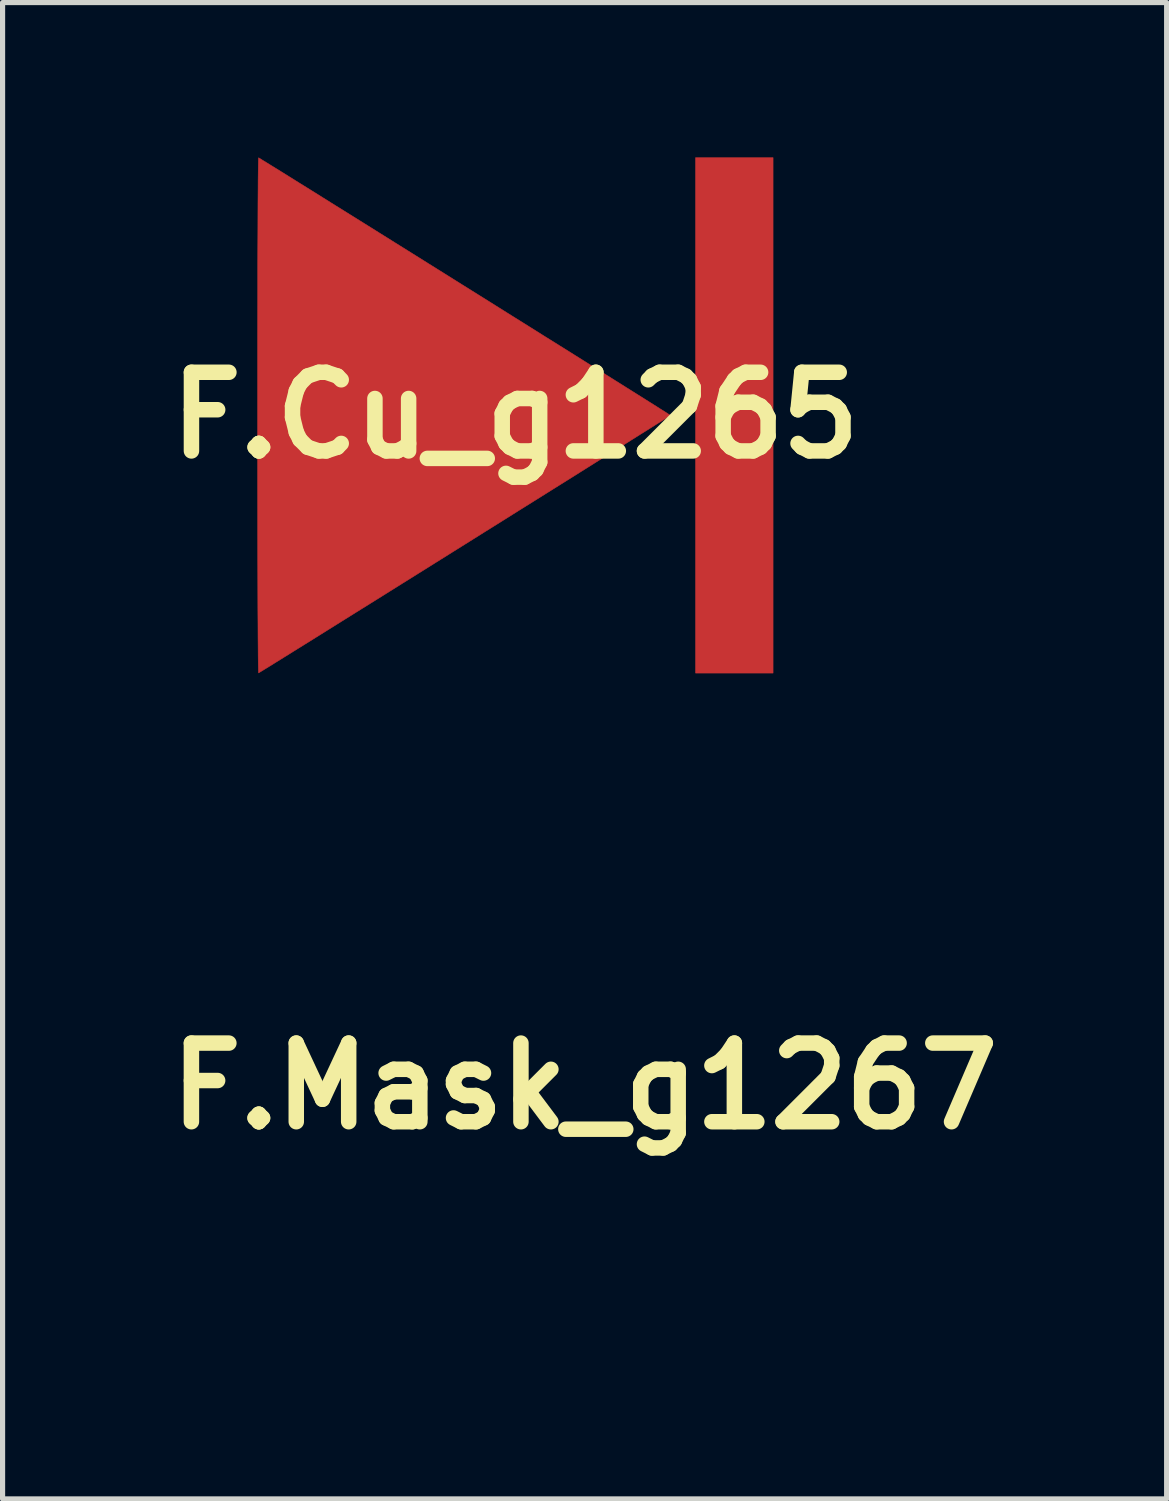
<source format=kicad_pcb>
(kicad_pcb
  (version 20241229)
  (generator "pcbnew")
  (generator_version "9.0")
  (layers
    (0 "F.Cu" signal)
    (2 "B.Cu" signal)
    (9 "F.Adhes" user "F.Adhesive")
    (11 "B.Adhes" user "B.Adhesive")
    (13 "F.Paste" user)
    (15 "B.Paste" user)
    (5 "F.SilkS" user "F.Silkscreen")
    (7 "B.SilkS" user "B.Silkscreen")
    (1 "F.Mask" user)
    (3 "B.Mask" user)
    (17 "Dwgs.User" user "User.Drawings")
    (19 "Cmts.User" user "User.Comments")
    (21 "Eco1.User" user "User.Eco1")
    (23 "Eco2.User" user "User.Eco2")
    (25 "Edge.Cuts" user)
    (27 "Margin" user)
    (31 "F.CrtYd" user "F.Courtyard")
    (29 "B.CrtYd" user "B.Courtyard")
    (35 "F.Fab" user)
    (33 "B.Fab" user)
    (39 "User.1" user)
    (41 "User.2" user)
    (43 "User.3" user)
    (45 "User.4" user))
  (footprint "F.Cu_g1265"
    (layer "F.Cu")
    (at 6.938 5)
    (property "Reference" "F.Cu_g1265" (at 0 0 0) (layer "F.SilkS") (effects (font (size 1.524 1.524) (thickness 0.3))))
    (attr through_hole)
    (fp_poly (pts (xy 4.995 4.995) (xy 3.493 4.995) (xy 3.493 -4.995) (xy 4.995 -4.995) (xy 4.995 4.995)) (stroke (width 0.01) (type solid)) (fill yes) (layer "F.Cu"))
    (fp_poly (pts (xy -4.955 -4.98) (xy -4.901 -4.946) (xy -4.814 -4.893) (xy -4.698 -4.821) (xy -4.554 -4.732) (xy -4.384 -4.626) (xy -4.19 -4.505) (xy -3.974 -4.371) (xy -3.739 -4.224) (xy -3.485 -4.065) (xy -3.215 -3.897) (xy -2.931 -3.72) (xy -2.635 -3.535) (xy -2.328 -3.343) (xy -2.014 -3.147) (xy -1.693 -2.946) (xy -1.368 -2.743) (xy -1.041 -2.538) (xy -0.713 -2.333) (xy -0.387 -2.129) (xy -0.065 -1.927) (xy 0.252 -1.729) (xy 0.561 -1.535) (xy 0.861 -1.348) (xy 1.15 -1.167) (xy 1.424 -0.995) (xy 1.684 -0.832) (xy 1.926 -0.68) (xy 2.149 -0.54) (xy 2.35 -0.414) (xy 2.528 -0.302) (xy 2.681 -0.206) (xy 2.807 -0.126) (xy 2.904 -0.065) (xy 2.969 -0.023) (xy 3.002 -0.002) (xy 3.005 0) (xy 2.987 0.012) (xy 2.936 0.045) (xy 2.852 0.098) (xy 2.738 0.17) (xy 2.597 0.259) (xy 2.429 0.364) (xy 2.237 0.485) (xy 2.023 0.619) (xy 1.789 0.766) (xy 1.537 0.924) (xy 1.268 1.093) (xy 0.986 1.27) (xy 0.69 1.455) (xy 0.385 1.646) (xy 0.071 1.842) (xy -0.249 2.043) (xy -0.574 2.246) (xy -0.901 2.451) (xy -1.229 2.656) (xy -1.555 2.86) (xy -1.878 3.062) (xy -2.195 3.26) (xy -2.505 3.454) (xy -2.806 3.642) (xy -3.095 3.822) (xy -3.372 3.995) (xy -3.633 4.158) (xy -3.876 4.31) (xy -4.101 4.45) (xy -4.304 4.576) (xy -4.485 4.689) (xy -4.64 4.785) (xy -4.768 4.865) (xy -4.868 4.926) (xy -4.936 4.968) (xy -4.971 4.989) (xy -4.976 4.992) (xy -4.978 4.972) (xy -4.98 4.91) (xy -4.982 4.809) (xy -4.984 4.668) (xy -4.985 4.49) (xy -4.987 4.275) (xy -4.988 4.024) (xy -4.99 3.739) (xy -4.991 3.42) (xy -4.992 3.069) (xy -4.993 2.687) (xy -4.994 2.275) (xy -4.994 1.834) (xy -4.995 1.366) (xy -4.995 0.87) (xy -4.995 0.349) (xy -4.995 0) (xy -4.995 -0.537) (xy -4.995 -1.049) (xy -4.995 -1.535) (xy -4.994 -1.994) (xy -4.993 -2.425) (xy -4.993 -2.826) (xy -4.992 -3.197) (xy -4.99 -3.537) (xy -4.989 -3.844) (xy -4.988 -4.117) (xy -4.986 -4.355) (xy -4.985 -4.557) (xy -4.983 -4.722) (xy -4.981 -4.849) (xy -4.979 -4.937) (xy -4.977 -4.984) (xy -4.976 -4.992) (xy -4.955 -4.98)) (stroke (width 0.01) (type solid)) (fill yes) (layer "F.Cu")))
  (footprint "F.Mask_g1267"
    (layer "F.Cu")
    (at 8.28 18.001)
    (property "Reference" "F.Mask_g1267" (at 0 0 0) (layer "F.SilkS") (effects (font (size 1.524 1.524) (thickness 0.3))))
    (attr through_hole)
    (fp_poly (pts (xy 4.995 4.995) (xy 3.493 4.995) (xy 3.493 -4.995) (xy 4.995 -4.995) (xy 4.995 4.995)) (stroke (width 0.01) (type solid)) (fill yes) (layer "F.Mask"))
    (fp_poly (pts (xy -4.955 -4.98) (xy -4.901 -4.946) (xy -4.814 -4.893) (xy -4.698 -4.821) (xy -4.554 -4.732) (xy -4.384 -4.626) (xy -4.19 -4.505) (xy -3.974 -4.371) (xy -3.739 -4.224) (xy -3.485 -4.065) (xy -3.215 -3.897) (xy -2.931 -3.72) (xy -2.635 -3.535) (xy -2.328 -3.343) (xy -2.014 -3.147) (xy -1.693 -2.946) (xy -1.368 -2.743) (xy -1.041 -2.538) (xy -0.713 -2.333) (xy -0.387 -2.129) (xy -0.065 -1.927) (xy 0.252 -1.729) (xy 0.561 -1.535) (xy 0.861 -1.348) (xy 1.15 -1.167) (xy 1.424 -0.995) (xy 1.684 -0.832) (xy 1.926 -0.68) (xy 2.149 -0.54) (xy 2.35 -0.414) (xy 2.528 -0.302) (xy 2.681 -0.206) (xy 2.807 -0.126) (xy 2.904 -0.065) (xy 2.969 -0.023) (xy 3.002 -0.002) (xy 3.005 0) (xy 2.987 0.012) (xy 2.936 0.045) (xy 2.852 0.098) (xy 2.738 0.17) (xy 2.597 0.259) (xy 2.429 0.364) (xy 2.237 0.485) (xy 2.023 0.619) (xy 1.789 0.766) (xy 1.537 0.924) (xy 1.268 1.093) (xy 0.986 1.27) (xy 0.69 1.455) (xy 0.385 1.646) (xy 0.071 1.842) (xy -0.249 2.043) (xy -0.574 2.246) (xy -0.901 2.451) (xy -1.229 2.656) (xy -1.555 2.86) (xy -1.878 3.062) (xy -2.195 3.26) (xy -2.505 3.454) (xy -2.806 3.642) (xy -3.095 3.822) (xy -3.372 3.995) (xy -3.633 4.158) (xy -3.876 4.31) (xy -4.101 4.45) (xy -4.304 4.576) (xy -4.485 4.689) (xy -4.64 4.785) (xy -4.768 4.865) (xy -4.868 4.926) (xy -4.936 4.968) (xy -4.971 4.989) (xy -4.976 4.992) (xy -4.978 4.972) (xy -4.98 4.91) (xy -4.982 4.809) (xy -4.984 4.668) (xy -4.985 4.49) (xy -4.987 4.275) (xy -4.988 4.024) (xy -4.99 3.739) (xy -4.991 3.42) (xy -4.992 3.069) (xy -4.993 2.687) (xy -4.994 2.275) (xy -4.994 1.834) (xy -4.995 1.366) (xy -4.995 0.87) (xy -4.995 0.349) (xy -4.995 0) (xy -4.995 -0.537) (xy -4.995 -1.049) (xy -4.995 -1.535) (xy -4.994 -1.994) (xy -4.993 -2.425) (xy -4.993 -2.826) (xy -4.992 -3.197) (xy -4.99 -3.537) (xy -4.989 -3.844) (xy -4.988 -4.117) (xy -4.986 -4.355) (xy -4.985 -4.557) (xy -4.983 -4.722) (xy -4.981 -4.849) (xy -4.979 -4.937) (xy -4.977 -4.984) (xy -4.976 -4.992) (xy -4.955 -4.98)) (stroke (width 0.01) (type solid)) (fill yes) (layer "F.Mask")))
  (gr_rect
    (start -3 -3)
    (end 19.561 26.001)
    (stroke (width 0.1) (type default))
    (fill no)
    (layer "Edge.Cuts")))
</source>
